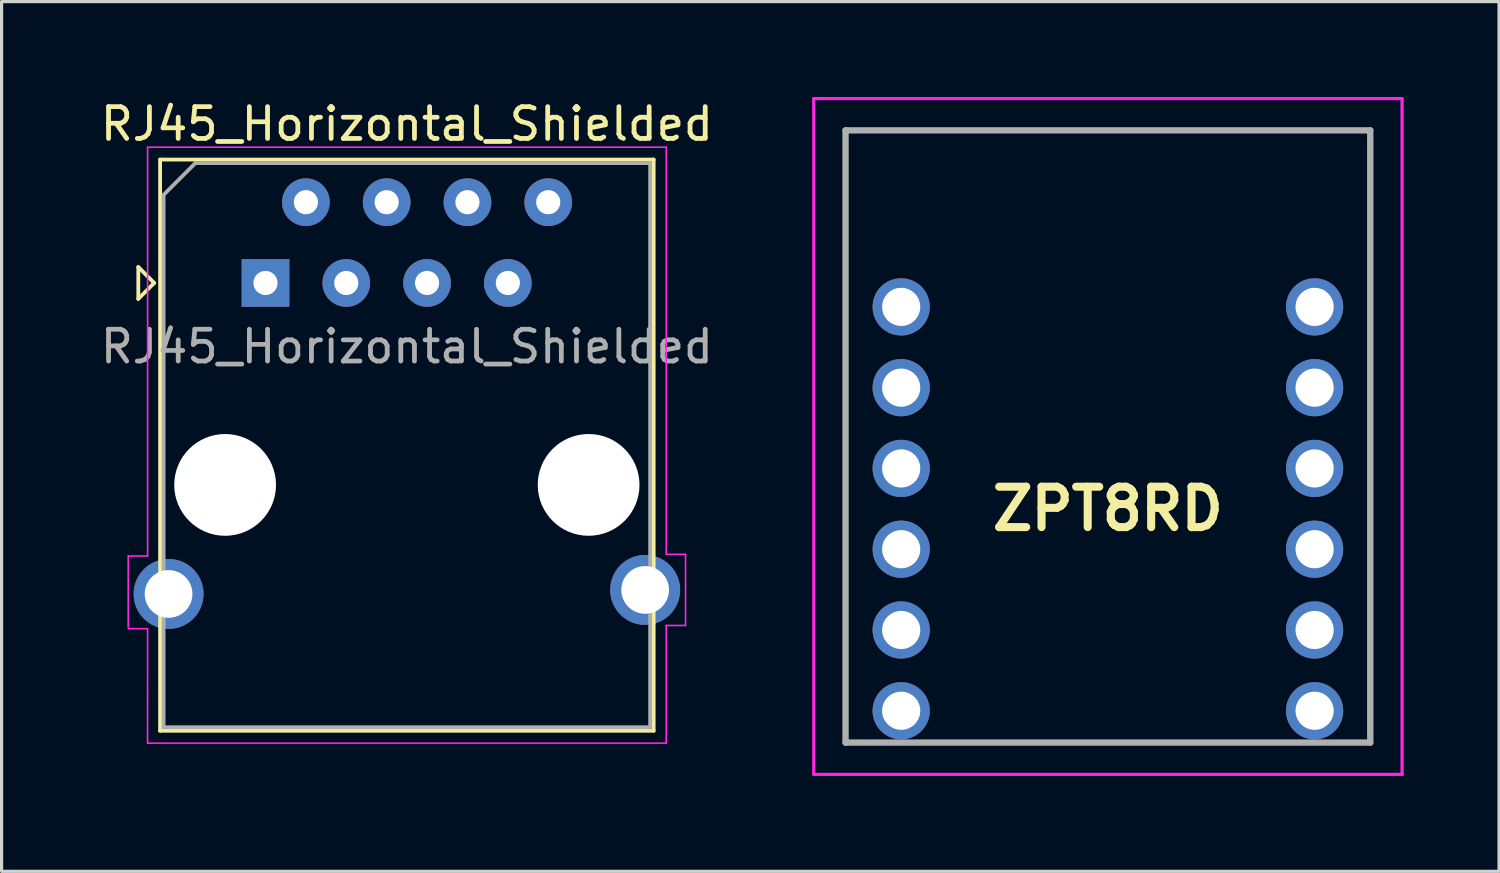
<source format=kicad_pcb>
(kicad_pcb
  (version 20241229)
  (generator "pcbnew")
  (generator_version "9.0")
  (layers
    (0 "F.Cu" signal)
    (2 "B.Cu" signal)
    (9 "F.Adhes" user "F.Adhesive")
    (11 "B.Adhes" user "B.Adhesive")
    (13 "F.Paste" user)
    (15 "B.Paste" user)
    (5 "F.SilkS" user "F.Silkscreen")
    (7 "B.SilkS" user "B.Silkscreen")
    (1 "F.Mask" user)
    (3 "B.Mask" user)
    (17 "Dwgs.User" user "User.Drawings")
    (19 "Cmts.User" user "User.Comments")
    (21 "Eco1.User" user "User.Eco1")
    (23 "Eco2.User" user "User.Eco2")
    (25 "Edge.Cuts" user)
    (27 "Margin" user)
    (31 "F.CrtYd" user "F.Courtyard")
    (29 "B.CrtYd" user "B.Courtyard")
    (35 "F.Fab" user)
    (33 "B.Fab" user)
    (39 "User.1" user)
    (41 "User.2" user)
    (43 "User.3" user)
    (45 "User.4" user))
  (footprint "RJ45_Horizontal_Shielded"
    (layer "F.Cu")
    (at 5.299 5.848)
    (property "Reference" "RJ45_Horizontal_Shielded" (at 4.445 -5 0) (layer "F.SilkS") (effects (font (size 1 1) (thickness 0.15))))
    (attr through_hole)
    (fp_line (start -4 -0.5) (end -4 0.5) (stroke (width 0.12) (type solid)) (layer "F.SilkS"))
    (fp_line (start -4 0.5) (end -3.5 0) (stroke (width 0.12) (type solid)) (layer "F.SilkS"))
    (fp_line (start -3.5 0) (end -4 -0.5) (stroke (width 0.12) (type solid)) (layer "F.SilkS"))
    (fp_line (start -3.315 -3.88) (end -3.315 14.08) (stroke (width 0.12) (type solid)) (layer "F.SilkS"))
    (fp_line (start -3.315 14.08) (end 12.205 14.08) (stroke (width 0.12) (type solid)) (layer "F.SilkS"))
    (fp_line (start 12.205 -3.88) (end -3.315 -3.88) (stroke (width 0.12) (type solid)) (layer "F.SilkS"))
    (fp_line (start 12.205 -3.88) (end 12.205 14.08) (stroke (width 0.12) (type solid)) (layer "F.SilkS"))
    (fp_line (start -4.318 8.585) (end -4.318 10.82) (stroke (width 0.05) (type solid)) (layer "F.CrtYd"))
    (fp_line (start -4.318 10.871) (end -3.708 10.871) (stroke (width 0.05) (type solid)) (layer "F.CrtYd"))
    (fp_line (start -3.71 -4.27) (end 12.6 -4.27) (stroke (width 0.05) (type solid)) (layer "F.CrtYd"))
    (fp_line (start -3.708 8.585) (end -4.318 8.585) (stroke (width 0.05) (type solid)) (layer "F.CrtYd"))
    (fp_line (start -3.708 8.585) (end -3.708 -4.267) (stroke (width 0.05) (type solid)) (layer "F.CrtYd"))
    (fp_line (start -3.708 10.871) (end -3.71 14.47) (stroke (width 0.05) (type solid)) (layer "F.CrtYd"))
    (fp_line (start 12.6 8.534) (end 12.6 -4.27) (stroke (width 0.05) (type solid)) (layer "F.CrtYd"))
    (fp_line (start 12.6 10.77) (end 13.208 10.77) (stroke (width 0.05) (type solid)) (layer "F.CrtYd"))
    (fp_line (start 12.6 14.47) (end -3.71 14.47) (stroke (width 0.05) (type solid)) (layer "F.CrtYd"))
    (fp_line (start 12.6 14.47) (end 12.6 10.77) (stroke (width 0.05) (type solid)) (layer "F.CrtYd"))
    (fp_line (start 13.208 8.534) (end 12.6 8.534) (stroke (width 0.05) (type solid)) (layer "F.CrtYd"))
    (fp_line (start 13.208 10.77) (end 13.208 8.534) (stroke (width 0.05) (type solid)) (layer "F.CrtYd"))
    (fp_line (start -3.205 -2.77) (end -2.205 -3.77) (stroke (width 0.12) (type solid)) (layer "F.Fab"))
    (fp_line (start -3.205 13.97) (end -3.205 -2.77) (stroke (width 0.12) (type solid)) (layer "F.Fab"))
    (fp_line (start -2.205 -3.77) (end 12.095 -3.77) (stroke (width 0.12) (type solid)) (layer "F.Fab"))
    (fp_line (start 12.095 -3.77) (end 12.095 13.97) (stroke (width 0.12) (type solid)) (layer "F.Fab"))
    (fp_line (start 12.095 13.97) (end -3.205 13.97) (stroke (width 0.12) (type solid)) (layer "F.Fab"))
    (fp_text user "${REFERENCE}" (at 4.445 2 0) (layer "F.Fab") (effects (font (size 1 1) (thickness 0.15))))
    (pad "" np_thru_hole circle (at -1.27 6.35) (size 3.2 3.2) (drill 3.2) (layers "*.Cu" "*.Mask"))
    (pad "" np_thru_hole circle (at 10.16 6.35) (size 3.2 3.2) (drill 3.2) (layers "*.Cu" "*.Mask"))
    (pad "1" thru_hole rect (at 0 0) (size 1.5 1.5) (drill 0.76) (layers "*.Cu" "*.Mask"))
    (pad "2" thru_hole circle (at 1.27 -2.54) (size 1.5 1.5) (drill 0.76) (layers "*.Cu" "*.Mask"))
    (pad "3" thru_hole circle (at 2.54 0) (size 1.5 1.5) (drill 0.76) (layers "*.Cu" "*.Mask"))
    (pad "4" thru_hole circle (at 3.81 -2.54) (size 1.5 1.5) (drill 0.76) (layers "*.Cu" "*.Mask"))
    (pad "5" thru_hole circle (at 5.08 0) (size 1.5 1.5) (drill 0.76) (layers "*.Cu" "*.Mask"))
    (pad "6" thru_hole circle (at 6.35 -2.54) (size 1.5 1.5) (drill 0.76) (layers "*.Cu" "*.Mask"))
    (pad "7" thru_hole circle (at 7.62 0) (size 1.5 1.5) (drill 0.76) (layers "*.Cu" "*.Mask"))
    (pad "8" thru_hole circle (at 8.89 -2.54) (size 1.5 1.5) (drill 0.76) (layers "*.Cu" "*.Mask"))
    (pad "SH1" thru_hole circle (at -3.048 9.779) (size 2.2 2.2) (drill 1.5) (layers "*.Cu" "*.Mask"))
    (pad "SH2" thru_hole circle (at 11.938 9.652) (size 2.2 2.2) (drill 1.5) (layers "*.Cu" "*.Mask")))
  (footprint "ZPT8RD"
    (layer "F.Cu")
    (at 25.288 6.6)
    (property "Reference" "ZPT8RD" (at 6.5 6.35 0) (layer "F.SilkS") (effects (font (size 1.27 1.27) (thickness 0.254))))
    (attr through_hole)
    (fp_line (start -1.75 -5.55) (end 14.75 -5.55) (stroke (width 0.1) (type solid)) (layer "F.SilkS"))
    (fp_line (start -1.75 13.7) (end -1.75 -5.55) (stroke (width 0.1) (type solid)) (layer "F.SilkS"))
    (fp_line (start 2 13.7) (end 11 13.7) (stroke (width 0.1) (type solid)) (layer "F.SilkS"))
    (fp_line (start 14.75 -5.55) (end 14.75 13.7) (stroke (width 0.1) (type solid)) (layer "F.SilkS"))
    (fp_line (start -2.75 -6.55) (end 15.75 -6.55) (stroke (width 0.1) (type solid)) (layer "F.CrtYd"))
    (fp_line (start -2.75 14.7) (end -2.75 -6.55) (stroke (width 0.1) (type solid)) (layer "F.CrtYd"))
    (fp_line (start 15.75 -6.55) (end 15.75 14.7) (stroke (width 0.1) (type solid)) (layer "F.CrtYd"))
    (fp_line (start 15.75 14.7) (end -2.75 14.7) (stroke (width 0.1) (type solid)) (layer "F.CrtYd"))
    (fp_line (start -1.75 -5.55) (end -1.75 13.7) (stroke (width 0.2) (type solid)) (layer "F.Fab"))
    (fp_line (start -1.75 13.7) (end 14.75 13.7) (stroke (width 0.2) (type solid)) (layer "F.Fab"))
    (fp_line (start 14.75 -5.55) (end -1.75 -5.55) (stroke (width 0.2) (type solid)) (layer "F.Fab"))
    (fp_line (start 14.75 13.7) (end 14.75 -5.55) (stroke (width 0.2) (type solid)) (layer "F.Fab"))
    (pad "1" thru_hole circle (at 0 0) (size 1.8 1.8) (drill 1.2) (layers "*.Cu" "*.Mask"))
    (pad "2" thru_hole circle (at 0 2.54) (size 1.8 1.8) (drill 1.2) (layers "*.Cu" "*.Mask"))
    (pad "3" thru_hole circle (at 0 5.08) (size 1.8 1.8) (drill 1.2) (layers "*.Cu" "*.Mask"))
    (pad "4" thru_hole circle (at 0 7.62) (size 1.8 1.8) (drill 1.2) (layers "*.Cu" "*.Mask"))
    (pad "5" thru_hole circle (at 0 10.16) (size 1.8 1.8) (drill 1.2) (layers "*.Cu" "*.Mask"))
    (pad "6" thru_hole circle (at 0 12.7) (size 1.8 1.8) (drill 1.2) (layers "*.Cu" "*.Mask"))
    (pad "7" thru_hole circle (at 13 12.7) (size 1.8 1.8) (drill 1.2) (layers "*.Cu" "*.Mask"))
    (pad "8" thru_hole circle (at 13 10.16) (size 1.8 1.8) (drill 1.2) (layers "*.Cu" "*.Mask"))
    (pad "9" thru_hole circle (at 13 7.62) (size 1.8 1.8) (drill 1.2) (layers "*.Cu" "*.Mask"))
    (pad "10" thru_hole circle (at 13 5.08) (size 1.8 1.8) (drill 1.2) (layers "*.Cu" "*.Mask"))
    (pad "11" thru_hole circle (at 13 2.54) (size 1.8 1.8) (drill 1.2) (layers "*.Cu" "*.Mask"))
    (pad "12" thru_hole circle (at 13 0) (size 1.8 1.8) (drill 1.2) (layers "*.Cu" "*.Mask")))
  (gr_rect
    (start -3 -3)
    (end 44.088 24.35)
    (stroke (width 0.1) (type default))
    (fill no)
    (layer "Edge.Cuts")))
</source>
